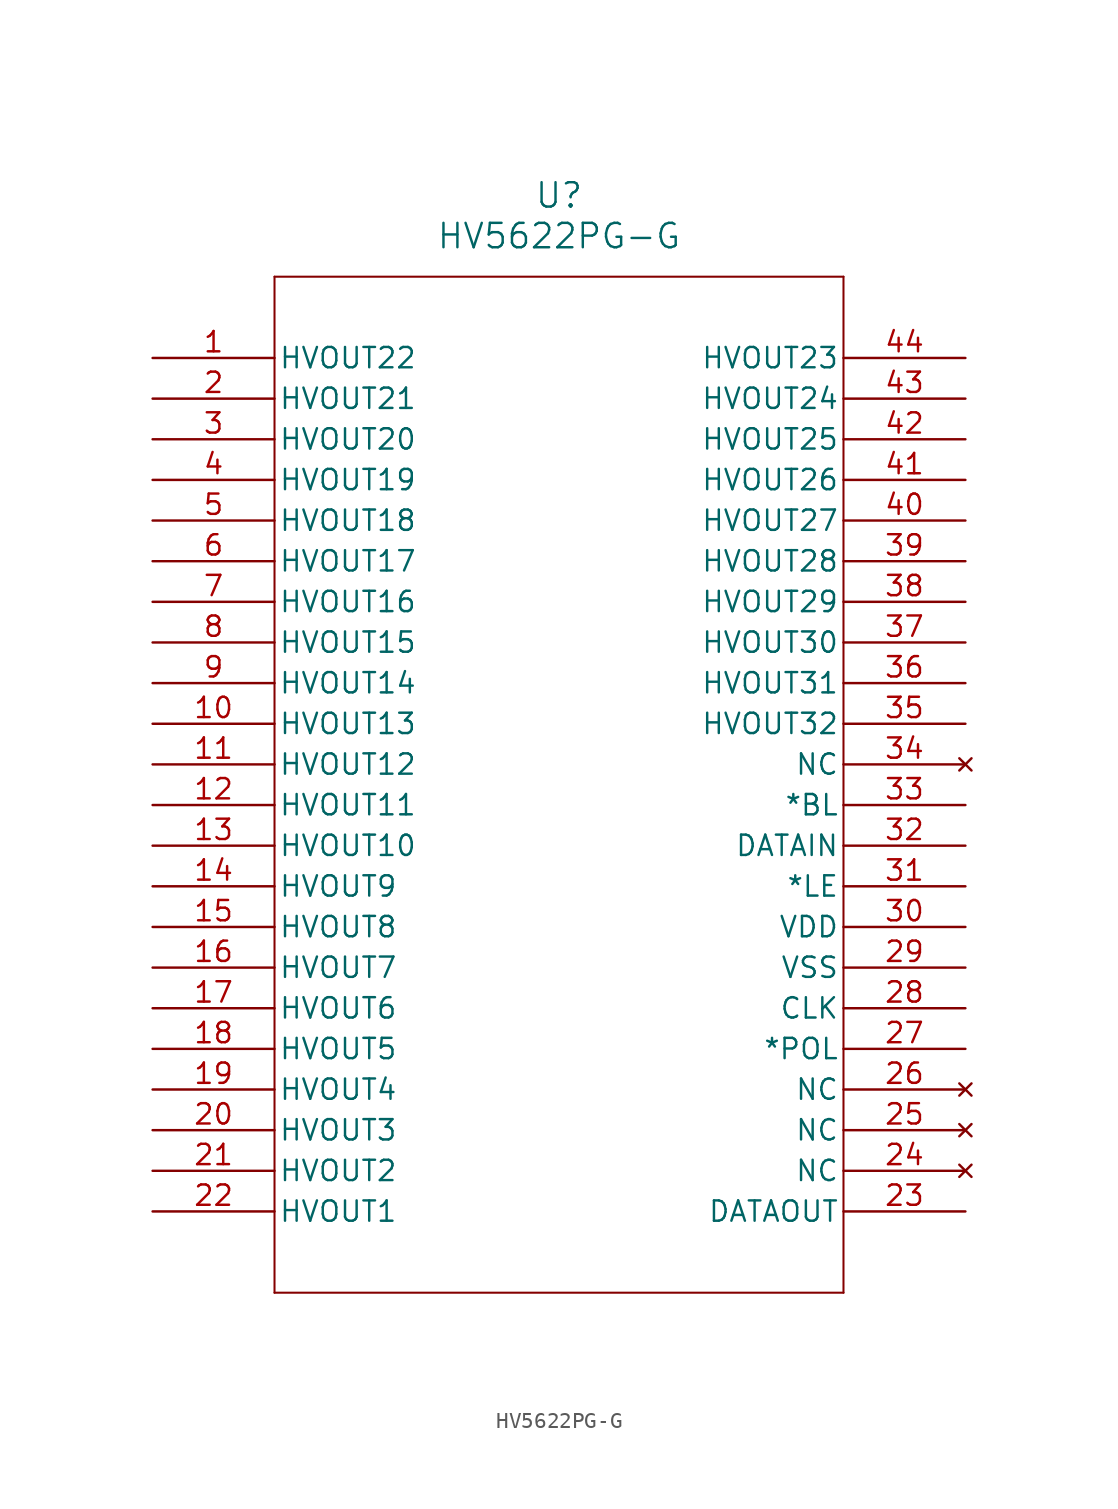
<source format=kicad_sym>
(kicad_symbol_lib
  (version 20211014)
  (generator kicad_symbol_editor)
  (symbol "HV5622PG-G"
    (pin_names
      (offset 0.254))
    (property "Reference" "U"
      (at 25.4 10.16 0)
      (effects (font (size 1.524 1.524))))
    (property "Value" "HV5622PG-G"
      (at 25.4 7.62 0)
      (effects (font (size 1.524 1.524))))
    (symbol "HV5622PG-G_0_1"
      (polyline (pts (xy 7.62 5.08) (xy 7.62 -58.42)) (stroke (width 0.127) (type default) (color 0 0 0 0)) (fill (type none)))
      (polyline (pts (xy 7.62 -58.42) (xy 43.18 -58.42)) (stroke (width 0.127) (type default) (color 0 0 0 0)) (fill (type none)))
      (polyline (pts (xy 43.18 -58.42) (xy 43.18 5.08)) (stroke (width 0.127) (type default) (color 0 0 0 0)) (fill (type none)))
      (polyline (pts (xy 43.18 5.08) (xy 7.62 5.08)) (stroke (width 0.127) (type default) (color 0 0 0 0)) (fill (type none)))
      (pin output line (at 0 0 0) (length 7.62) (name "HVOUT22" (effects (font (size 1.27 1.27)))) (number "1" (effects (font (size 1.27 1.27)))))
      (pin output line (at 0 -2.54 0) (length 7.62) (name "HVOUT21" (effects (font (size 1.27 1.27)))) (number "2" (effects (font (size 1.27 1.27)))))
      (pin output line (at 0 -5.08 0) (length 7.62) (name "HVOUT20" (effects (font (size 1.27 1.27)))) (number "3" (effects (font (size 1.27 1.27)))))
      (pin output line (at 0 -7.62 0) (length 7.62) (name "HVOUT19" (effects (font (size 1.27 1.27)))) (number "4" (effects (font (size 1.27 1.27)))))
      (pin output line (at 0 -10.16 0) (length 7.62) (name "HVOUT18" (effects (font (size 1.27 1.27)))) (number "5" (effects (font (size 1.27 1.27)))))
      (pin output line (at 0 -12.7 0) (length 7.62) (name "HVOUT17" (effects (font (size 1.27 1.27)))) (number "6" (effects (font (size 1.27 1.27)))))
      (pin output line (at 0 -15.24 0) (length 7.62) (name "HVOUT16" (effects (font (size 1.27 1.27)))) (number "7" (effects (font (size 1.27 1.27)))))
      (pin output line (at 0 -17.78 0) (length 7.62) (name "HVOUT15" (effects (font (size 1.27 1.27)))) (number "8" (effects (font (size 1.27 1.27)))))
      (pin output line (at 0 -20.32 0) (length 7.62) (name "HVOUT14" (effects (font (size 1.27 1.27)))) (number "9" (effects (font (size 1.27 1.27)))))
      (pin output line (at 0 -22.86 0) (length 7.62) (name "HVOUT13" (effects (font (size 1.27 1.27)))) (number "10" (effects (font (size 1.27 1.27)))))
      (pin output line (at 0 -25.4 0) (length 7.62) (name "HVOUT12" (effects (font (size 1.27 1.27)))) (number "11" (effects (font (size 1.27 1.27)))))
      (pin output line (at 0 -27.94 0) (length 7.62) (name "HVOUT11" (effects (font (size 1.27 1.27)))) (number "12" (effects (font (size 1.27 1.27)))))
      (pin output line (at 0 -30.48 0) (length 7.62) (name "HVOUT10" (effects (font (size 1.27 1.27)))) (number "13" (effects (font (size 1.27 1.27)))))
      (pin output line (at 0 -33.02 0) (length 7.62) (name "HVOUT9" (effects (font (size 1.27 1.27)))) (number "14" (effects (font (size 1.27 1.27)))))
      (pin output line (at 0 -35.56 0) (length 7.62) (name "HVOUT8" (effects (font (size 1.27 1.27)))) (number "15" (effects (font (size 1.27 1.27)))))
      (pin output line (at 0 -38.1 0) (length 7.62) (name "HVOUT7" (effects (font (size 1.27 1.27)))) (number "16" (effects (font (size 1.27 1.27)))))
      (pin output line (at 0 -40.64 0) (length 7.62) (name "HVOUT6" (effects (font (size 1.27 1.27)))) (number "17" (effects (font (size 1.27 1.27)))))
      (pin output line (at 0 -43.18 0) (length 7.62) (name "HVOUT5" (effects (font (size 1.27 1.27)))) (number "18" (effects (font (size 1.27 1.27)))))
      (pin output line (at 0 -45.72 0) (length 7.62) (name "HVOUT4" (effects (font (size 1.27 1.27)))) (number "19" (effects (font (size 1.27 1.27)))))
      (pin output line (at 0 -48.26 0) (length 7.62) (name "HVOUT3" (effects (font (size 1.27 1.27)))) (number "20" (effects (font (size 1.27 1.27)))))
      (pin output line (at 0 -50.8 0) (length 7.62) (name "HVOUT2" (effects (font (size 1.27 1.27)))) (number "21" (effects (font (size 1.27 1.27)))))
      (pin output line (at 0 -53.34 0) (length 7.62) (name "HVOUT1" (effects (font (size 1.27 1.27)))) (number "22" (effects (font (size 1.27 1.27)))))
      (pin output line (at 50.8 -53.34 180) (length 7.62) (name "DATAOUT" (effects (font (size 1.27 1.27)))) (number "23" (effects (font (size 1.27 1.27)))))
      (pin no_connect line (at 50.8 -50.8 180) (length 7.62) (name "NC" (effects (font (size 1.27 1.27)))) (number "24" (effects (font (size 1.27 1.27)))))
      (pin no_connect line (at 50.8 -48.26 180) (length 7.62) (name "NC" (effects (font (size 1.27 1.27)))) (number "25" (effects (font (size 1.27 1.27)))))
      (pin no_connect line (at 50.8 -45.72 180) (length 7.62) (name "NC" (effects (font (size 1.27 1.27)))) (number "26" (effects (font (size 1.27 1.27)))))
      (pin unspecified line (at 50.8 -43.18 180) (length 7.62) (name "*POL" (effects (font (size 1.27 1.27)))) (number "27" (effects (font (size 1.27 1.27)))))
      (pin input line (at 50.8 -40.64 180) (length 7.62) (name "CLK" (effects (font (size 1.27 1.27)))) (number "28" (effects (font (size 1.27 1.27)))))
      (pin power_in line (at 50.8 -38.1 180) (length 7.62) (name "VSS" (effects (font (size 1.27 1.27)))) (number "29" (effects (font (size 1.27 1.27)))))
      (pin power_in line (at 50.8 -35.56 180) (length 7.62) (name "VDD" (effects (font (size 1.27 1.27)))) (number "30" (effects (font (size 1.27 1.27)))))
      (pin input line (at 50.8 -33.02 180) (length 7.62) (name "*LE" (effects (font (size 1.27 1.27)))) (number "31" (effects (font (size 1.27 1.27)))))
      (pin input line (at 50.8 -30.48 180) (length 7.62) (name "DATAIN" (effects (font (size 1.27 1.27)))) (number "32" (effects (font (size 1.27 1.27)))))
      (pin unspecified line (at 50.8 -27.94 180) (length 7.62) (name "*BL" (effects (font (size 1.27 1.27)))) (number "33" (effects (font (size 1.27 1.27)))))
      (pin no_connect line (at 50.8 -25.4 180) (length 7.62) (name "NC" (effects (font (size 1.27 1.27)))) (number "34" (effects (font (size 1.27 1.27)))))
      (pin output line (at 50.8 -22.86 180) (length 7.62) (name "HVOUT32" (effects (font (size 1.27 1.27)))) (number "35" (effects (font (size 1.27 1.27)))))
      (pin output line (at 50.8 -20.32 180) (length 7.62) (name "HVOUT31" (effects (font (size 1.27 1.27)))) (number "36" (effects (font (size 1.27 1.27)))))
      (pin output line (at 50.8 -17.78 180) (length 7.62) (name "HVOUT30" (effects (font (size 1.27 1.27)))) (number "37" (effects (font (size 1.27 1.27)))))
      (pin output line (at 50.8 -15.24 180) (length 7.62) (name "HVOUT29" (effects (font (size 1.27 1.27)))) (number "38" (effects (font (size 1.27 1.27)))))
      (pin output line (at 50.8 -12.7 180) (length 7.62) (name "HVOUT28" (effects (font (size 1.27 1.27)))) (number "39" (effects (font (size 1.27 1.27)))))
      (pin output line (at 50.8 -10.16 180) (length 7.62) (name "HVOUT27" (effects (font (size 1.27 1.27)))) (number "40" (effects (font (size 1.27 1.27)))))
      (pin output line (at 50.8 -7.62 180) (length 7.62) (name "HVOUT26" (effects (font (size 1.27 1.27)))) (number "41" (effects (font (size 1.27 1.27)))))
      (pin output line (at 50.8 -5.08 180) (length 7.62) (name "HVOUT25" (effects (font (size 1.27 1.27)))) (number "42" (effects (font (size 1.27 1.27)))))
      (pin output line (at 50.8 -2.54 180) (length 7.62) (name "HVOUT24" (effects (font (size 1.27 1.27)))) (number "43" (effects (font (size 1.27 1.27)))))
      (pin output line (at 50.8 0 180) (length 7.62) (name "HVOUT23" (effects (font (size 1.27 1.27)))) (number "44" (effects (font (size 1.27 1.27))))))))
</source>
